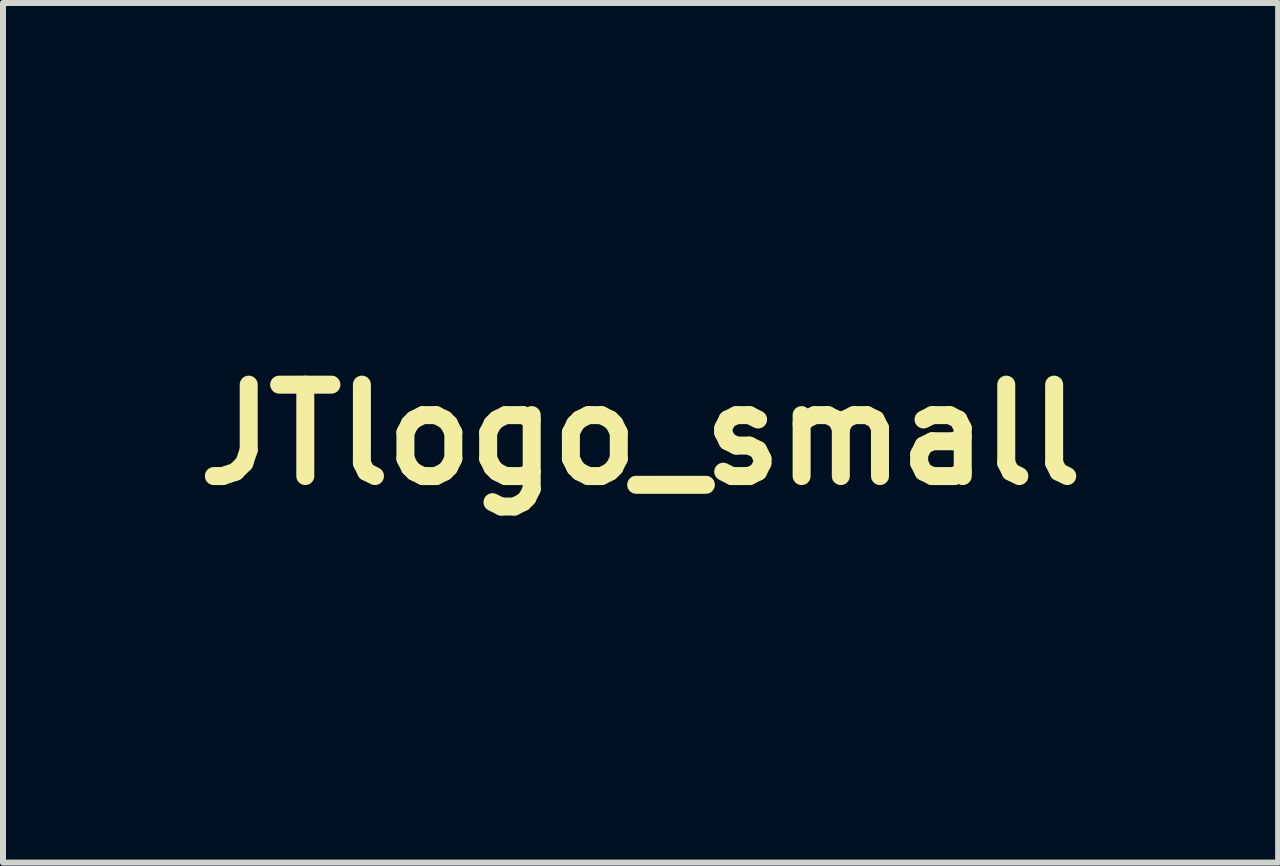
<source format=kicad_pcb>
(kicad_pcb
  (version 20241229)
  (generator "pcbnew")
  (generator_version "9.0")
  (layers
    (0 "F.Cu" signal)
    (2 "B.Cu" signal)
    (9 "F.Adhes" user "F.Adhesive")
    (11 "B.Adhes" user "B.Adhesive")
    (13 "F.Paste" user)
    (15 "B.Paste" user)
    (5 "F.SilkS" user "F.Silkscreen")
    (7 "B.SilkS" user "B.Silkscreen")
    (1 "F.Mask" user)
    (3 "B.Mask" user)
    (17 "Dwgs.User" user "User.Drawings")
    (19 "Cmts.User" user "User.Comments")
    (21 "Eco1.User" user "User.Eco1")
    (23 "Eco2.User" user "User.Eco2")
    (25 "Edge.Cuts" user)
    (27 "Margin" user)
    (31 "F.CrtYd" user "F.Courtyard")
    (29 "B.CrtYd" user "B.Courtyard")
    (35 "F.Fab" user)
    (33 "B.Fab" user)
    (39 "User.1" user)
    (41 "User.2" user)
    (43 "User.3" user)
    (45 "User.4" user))
  (footprint "JTlogo_small"
    (layer "F.Cu")
    (at 7.627 4.196)
    (property "Reference" "JTlogo_small" (at 0 0 0) (layer "F.SilkS") (effects (font (size 1.524 1.524) (thickness 0.3))))
    (attr through_hole)
    (fp_poly (pts (xy 7.283 -2.264) (xy 7.333 -2.26) (xy 7.356 -2.251) (xy 7.36 -2.236) (xy 7.358 -2.228) (xy 7.347 -2.187) (xy 7.327 -2.114) (xy 7.3 -2.011) (xy 7.266 -1.886) (xy 7.227 -1.742) (xy 7.185 -1.584) (xy 7.141 -1.417) (xy 7.095 -1.247) (xy 7.05 -1.079) (xy 7.007 -0.916) (xy 6.967 -0.765) (xy 6.931 -0.63) (xy 6.901 -0.515) (xy 6.878 -0.427) (xy 6.863 -0.371) (xy 6.858 -0.35) (xy 6.837 -0.347) (xy 6.779 -0.346) (xy 6.685 -0.344) (xy 6.561 -0.342) (xy 6.41 -0.341) (xy 6.237 -0.34) (xy 6.044 -0.339) (xy 5.837 -0.339) (xy 5.747 -0.339) (xy 5.534 -0.339) (xy 5.335 -0.338) (xy 5.153 -0.337) (xy 4.993 -0.336) (xy 4.857 -0.335) (xy 4.75 -0.334) (xy 4.676 -0.332) (xy 4.639 -0.33) (xy 4.636 -0.33) (xy 4.63 -0.308) (xy 4.615 -0.249) (xy 4.589 -0.154) (xy 4.555 -0.026) (xy 4.513 0.133) (xy 4.464 0.319) (xy 4.407 0.53) (xy 4.345 0.763) (xy 4.278 1.016) (xy 4.205 1.287) (xy 4.129 1.571) (xy 4.05 1.868) (xy 4.043 1.894) (xy 3.963 2.192) (xy 3.887 2.478) (xy 3.814 2.749) (xy 3.746 3.004) (xy 3.683 3.239) (xy 3.627 3.453) (xy 3.576 3.641) (xy 3.534 3.802) (xy 3.499 3.933) (xy 3.473 4.031) (xy 3.456 4.093) (xy 3.45 4.118) (xy 3.45 4.118) (xy 3.43 4.12) (xy 3.371 4.122) (xy 3.279 4.124) (xy 3.156 4.125) (xy 3.009 4.126) (xy 2.839 4.127) (xy 2.653 4.127) (xy 2.487 4.128) (xy 2.29 4.127) (xy 2.106 4.127) (xy 1.94 4.126) (xy 1.796 4.125) (xy 1.678 4.124) (xy 1.591 4.123) (xy 1.538 4.121) (xy 1.524 4.12) (xy 1.53 4.097) (xy 1.544 4.052) (xy 1.544 4.051) (xy 1.563 3.99) (xy 1.583 3.916) (xy 1.587 3.9) (xy 1.61 3.81) (xy 2.403 3.81) (xy 2.582 3.81) (xy 2.746 3.809) (xy 2.892 3.807) (xy 3.014 3.806) (xy 3.109 3.804) (xy 3.171 3.801) (xy 3.196 3.798) (xy 3.196 3.798) (xy 3.201 3.777) (xy 3.217 3.718) (xy 3.242 3.625) (xy 3.275 3.5) (xy 3.315 3.348) (xy 3.362 3.171) (xy 3.415 2.973) (xy 3.473 2.756) (xy 3.534 2.525) (xy 3.599 2.282) (xy 3.666 2.031) (xy 3.735 1.774) (xy 3.804 1.516) (xy 3.872 1.259) (xy 3.94 1.006) (xy 4.005 0.761) (xy 4.068 0.528) (xy 4.127 0.309) (xy 4.181 0.107) (xy 4.229 -0.074) (xy 4.271 -0.23) (xy 4.306 -0.36) (xy 4.333 -0.458) (xy 4.35 -0.523) (xy 4.353 -0.534) (xy 4.387 -0.656) (xy 6.602 -0.656) (xy 6.623 -0.736) (xy 6.634 -0.774) (xy 6.654 -0.849) (xy 6.682 -0.953) (xy 6.716 -1.083) (xy 6.756 -1.232) (xy 6.8 -1.395) (xy 6.836 -1.529) (xy 6.881 -1.696) (xy 6.922 -1.85) (xy 6.958 -1.985) (xy 6.987 -2.098) (xy 7.01 -2.184) (xy 7.023 -2.237) (xy 7.027 -2.254) (xy 7.047 -2.259) (xy 7.099 -2.263) (xy 7.173 -2.265) (xy 7.198 -2.265) (xy 7.283 -2.264)) (stroke (width 0.01) (type solid)) (fill no) (layer "Eco2.User"))
    (fp_poly (pts (xy 0.121 -4.191) (xy 0.317 -4.19) (xy 0.476 -4.189) (xy 0.602 -4.187) (xy 0.698 -4.184) (xy 0.767 -4.181) (xy 0.812 -4.176) (xy 0.835 -4.171) (xy 0.841 -4.164) (xy 0.841 -4.164) (xy 0.833 -4.136) (xy 0.815 -4.075) (xy 0.791 -3.985) (xy 0.761 -3.874) (xy 0.727 -3.747) (xy 0.69 -3.611) (xy 0.653 -3.472) (xy 0.617 -3.335) (xy 0.584 -3.208) (xy 0.554 -3.096) (xy 0.531 -3.006) (xy 0.515 -2.943) (xy 0.508 -2.913) (xy 0.508 -2.912) (xy 0.527 -2.906) (xy 0.579 -2.903) (xy 0.654 -2.903) (xy 0.681 -2.904) (xy 0.853 -2.91) (xy 0.89 -3.048) (xy 0.915 -3.138) (xy 0.944 -3.247) (xy 0.972 -3.352) (xy 0.974 -3.36) (xy 1.021 -3.535) (xy 1.189 -3.535) (xy 1.273 -3.534) (xy 1.322 -3.53) (xy 1.345 -3.521) (xy 1.348 -3.505) (xy 1.346 -3.498) (xy 1.337 -3.464) (xy 1.319 -3.398) (xy 1.296 -3.31) (xy 1.269 -3.21) (xy 1.269 -3.208) (xy 1.242 -3.108) (xy 1.219 -3.022) (xy 1.201 -2.959) (xy 1.191 -2.928) (xy 1.191 -2.927) (xy 1.196 -2.923) (xy 1.216 -2.92) (xy 1.253 -2.916) (xy 1.308 -2.913) (xy 1.383 -2.911) (xy 1.48 -2.908) (xy 1.601 -2.906) (xy 1.748 -2.904) (xy 1.923 -2.902) (xy 2.128 -2.901) (xy 2.364 -2.9) (xy 2.633 -2.898) (xy 2.937 -2.897) (xy 3.279 -2.896) (xy 3.659 -2.895) (xy 4.015 -2.895) (xy 6.849 -2.889) (xy 6.596 -1.942) (xy 6.343 -0.995) (xy 5.237 -0.995) (xy 4.982 -0.995) (xy 4.766 -0.994) (xy 4.587 -0.993) (xy 4.441 -0.991) (xy 4.327 -0.989) (xy 4.241 -0.985) (xy 4.181 -0.981) (xy 4.143 -0.977) (xy 4.125 -0.971) (xy 4.123 -0.968) (xy 4.116 -0.945) (xy 4.099 -0.883) (xy 4.073 -0.785) (xy 4.038 -0.655) (xy 3.995 -0.495) (xy 3.945 -0.307) (xy 3.888 -0.094) (xy 3.825 0.142) (xy 3.757 0.396) (xy 3.684 0.668) (xy 3.608 0.953) (xy 3.529 1.251) (xy 3.523 1.275) (xy 2.932 3.492) (xy 1.974 3.492) (xy 1.732 3.492) (xy 1.53 3.491) (xy 1.366 3.49) (xy 1.236 3.487) (xy 1.139 3.484) (xy 1.071 3.48) (xy 1.031 3.475) (xy 1.016 3.469) (xy 1.016 3.468) (xy 1.021 3.445) (xy 1.037 3.385) (xy 1.061 3.291) (xy 1.094 3.166) (xy 1.134 3.015) (xy 1.18 2.84) (xy 1.232 2.645) (xy 1.288 2.434) (xy 1.348 2.211) (xy 1.41 1.977) (xy 1.474 1.738) (xy 1.538 1.497) (xy 1.602 1.257) (xy 1.665 1.022) (xy 1.726 0.794) (xy 1.784 0.579) (xy 1.838 0.378) (xy 1.887 0.196) (xy 1.93 0.037) (xy 1.967 -0.097) (xy 1.995 -0.202) (xy 2.015 -0.274) (xy 2.026 -0.31) (xy 2.027 -0.312) (xy 2.021 -0.32) (xy 1.998 -0.325) (xy 1.953 -0.33) (xy 1.882 -0.333) (xy 1.783 -0.334) (xy 1.652 -0.335) (xy 1.486 -0.335) (xy 1.28 -0.334) (xy 1.267 -0.334) (xy 0.498 -0.328) (xy 0.222 0.699) (xy 0.166 0.906) (xy 0.111 1.107) (xy 0.058 1.295) (xy 0.009 1.467) (xy -0.035 1.617) (xy -0.072 1.741) (xy -0.101 1.834) (xy -0.121 1.892) (xy -0.123 1.894) (xy -0.283 2.234) (xy -0.48 2.554) (xy -0.709 2.853) (xy -0.968 3.128) (xy -1.255 3.376) (xy -1.565 3.595) (xy -1.896 3.782) (xy -2.244 3.935) (xy -2.608 4.052) (xy -2.709 4.077) (xy -2.752 4.085) (xy -2.801 4.093) (xy -2.859 4.099) (xy -2.931 4.104) (xy -3.022 4.108) (xy -3.135 4.111) (xy -3.274 4.114) (xy -3.443 4.116) (xy -3.646 4.118) (xy -3.873 4.119) (xy -4.128 4.12) (xy -4.343 4.121) (xy -4.523 4.12) (xy -4.671 4.118) (xy -4.79 4.116) (xy -4.885 4.112) (xy -4.958 4.106) (xy -5.013 4.1) (xy -5.03 4.097) (xy -5.307 4.027) (xy -5.575 3.924) (xy -5.773 3.822) (xy -5.861 3.763) (xy -5.964 3.681) (xy -6.073 3.585) (xy -6.175 3.487) (xy -6.261 3.395) (xy -6.291 3.359) (xy -6.36 3.27) (xy -6.265 3.346) (xy -6.067 3.484) (xy -5.839 3.605) (xy -5.593 3.706) (xy -5.413 3.761) (xy -5.353 3.771) (xy -5.255 3.78) (xy -5.126 3.788) (xy -4.971 3.795) (xy -4.795 3.8) (xy -4.604 3.805) (xy -4.403 3.808) (xy -4.198 3.809) (xy -3.994 3.809) (xy -3.795 3.808) (xy -3.609 3.805) (xy -3.44 3.801) (xy -3.294 3.795) (xy -3.175 3.788) (xy -3.09 3.779) (xy -3.08 3.778) (xy -2.734 3.699) (xy -2.396 3.581) (xy -2.067 3.427) (xy -1.753 3.238) (xy -1.457 3.019) (xy -1.181 2.771) (xy -0.931 2.498) (xy -0.71 2.202) (xy -0.521 1.886) (xy -0.488 1.821) (xy -0.454 1.753) (xy -0.424 1.69) (xy -0.396 1.627) (xy -0.37 1.561) (xy -0.343 1.487) (xy -0.314 1.402) (xy -0.283 1.302) (xy -0.248 1.182) (xy -0.208 1.038) (xy -0.16 0.867) (xy -0.105 0.664) (xy -0.041 0.425) (xy -0.022 0.355) (xy 0.246 -0.646) (xy 1.18 -0.651) (xy 2.114 -0.657) (xy 2.146 -0.768) (xy 2.167 -0.843) (xy 2.185 -0.91) (xy 2.192 -0.937) (xy 2.206 -0.995) (xy 1.104 -0.995) (xy 0.89 -0.994) (xy 0.69 -0.993) (xy 0.507 -0.992) (xy 0.346 -0.99) (xy 0.21 -0.987) (xy 0.103 -0.984) (xy 0.03 -0.981) (xy -0.006 -0.977) (xy -0.009 -0.976) (xy -0.017 -0.953) (xy -0.034 -0.892) (xy -0.06 -0.799) (xy -0.094 -0.677) (xy -0.134 -0.53) (xy -0.179 -0.362) (xy -0.229 -0.178) (xy -0.282 0.019) (xy -0.286 0.034) (xy -0.354 0.286) (xy -0.412 0.501) (xy -0.462 0.684) (xy -0.505 0.838) (xy -0.543 0.967) (xy -0.577 1.076) (xy -0.608 1.168) (xy -0.638 1.249) (xy -0.667 1.321) (xy -0.697 1.39) (xy -0.73 1.459) (xy -0.755 1.509) (xy -0.888 1.753) (xy -1.035 1.976) (xy -1.203 2.19) (xy -1.4 2.404) (xy -1.506 2.509) (xy -1.785 2.751) (xy -2.086 2.963) (xy -2.404 3.142) (xy -2.734 3.287) (xy -3.072 3.396) (xy -3.413 3.464) (xy -3.471 3.472) (xy -3.561 3.479) (xy -3.692 3.485) (xy -3.866 3.488) (xy -4.081 3.49) (xy -4.338 3.489) (xy -4.593 3.488) (xy -4.816 3.485) (xy -5.001 3.483) (xy -5.152 3.481) (xy -5.275 3.478) (xy -5.373 3.475) (xy -5.451 3.471) (xy -5.514 3.466) (xy -5.565 3.459) (xy -5.61 3.451) (xy -5.653 3.441) (xy -5.693 3.43) (xy -5.988 3.331) (xy -6.254 3.201) (xy -6.49 3.042) (xy -6.696 2.853) (xy -6.872 2.635) (xy -7.016 2.389) (xy -7.039 2.34) (xy -7.124 2.124) (xy -7.184 1.894) (xy -7.22 1.648) (xy -7.23 1.511) (xy -7.231 1.374) (xy -7.221 1.23) (xy -7.199 1.074) (xy -7.166 0.899) (xy -7.119 0.699) (xy -7.059 0.468) (xy -7.032 0.37) (xy -7.014 0.307) (xy -6.047 0.301) (xy -5.812 0.3) (xy -5.617 0.3) (xy -5.457 0.3) (xy -5.331 0.301) (xy -5.234 0.304) (xy -5.165 0.307) (xy -5.12 0.311) (xy -5.096 0.316) (xy -5.091 0.322) (xy -5.091 0.323) (xy -5.099 0.352) (xy -5.117 0.414) (xy -5.14 0.5) (xy -5.168 0.603) (xy -5.177 0.635) (xy -5.221 0.82) (xy -5.245 0.973) (xy -5.249 1.101) (xy -5.233 1.209) (xy -5.197 1.304) (xy -5.175 1.342) (xy -5.127 1.407) (xy -5.073 1.463) (xy -5.046 1.483) (xy -4.98 1.524) (xy -4.99 1.421) (xy -4.991 1.325) (xy -4.975 1.207) (xy -4.943 1.059) (xy -4.93 1.011) (xy -4.909 0.931) (xy -4.739 0.931) (xy -4.655 0.932) (xy -4.605 0.936) (xy -4.582 0.945) (xy -4.578 0.961) (xy -4.58 0.968) (xy -4.589 1.002) (xy -4.607 1.068) (xy -4.63 1.156) (xy -4.656 1.257) (xy -4.657 1.259) (xy -4.683 1.36) (xy -4.706 1.449) (xy -4.724 1.515) (xy -4.733 1.55) (xy -4.734 1.55) (xy -4.734 1.561) (xy -4.727 1.569) (xy -4.708 1.575) (xy -4.672 1.58) (xy -4.615 1.583) (xy -4.533 1.586) (xy -4.422 1.587) (xy -4.278 1.587) (xy -4.096 1.587) (xy -4.08 1.587) (xy -3.874 1.587) (xy -3.704 1.585) (xy -3.566 1.582) (xy -3.453 1.576) (xy -3.361 1.566) (xy -3.283 1.552) (xy -3.214 1.532) (xy -3.148 1.508) (xy -3.081 1.476) (xy -3.018 1.444) (xy -2.876 1.354) (xy -2.729 1.228) (xy -2.708 1.206) (xy -2.637 1.132) (xy -2.576 1.06) (xy -2.524 0.984) (xy -2.477 0.898) (xy -2.432 0.797) (xy -2.388 0.674) (xy -2.342 0.526) (xy -2.291 0.345) (xy -2.255 0.21) (xy -2.217 0.068) (xy -2.184 -0.06) (xy -2.155 -0.17) (xy -2.134 -0.254) (xy -2.12 -0.307) (xy -2.117 -0.325) (xy -2.137 -0.33) (xy -2.191 -0.334) (xy -2.273 -0.337) (xy -2.373 -0.339) (xy -2.405 -0.339) (xy -2.693 -0.339) (xy -2.681 -0.386) (xy -2.669 -0.434) (xy -2.652 -0.504) (xy -2.643 -0.544) (xy -2.618 -0.655) (xy -2.022 -0.667) (xy -1.986 -0.794) (xy -1.969 -0.851) (xy -1.956 -0.896) (xy -1.951 -0.93) (xy -1.958 -0.956) (xy -1.981 -0.974) (xy -2.024 -0.986) (xy -2.091 -0.993) (xy -2.186 -0.996) (xy -2.313 -0.998) (xy -2.477 -0.999) (xy -2.58 -1) (xy -3.212 -1.005) (xy -3.101 -1.418) (xy -3.062 -1.562) (xy -3.015 -1.735) (xy -2.965 -1.923) (xy -2.913 -2.115) (xy -2.864 -2.297) (xy -2.846 -2.365) (xy -2.702 -2.9) (xy -2.06 -2.9) (xy -1.9 -2.9) (xy -1.755 -2.901) (xy -1.629 -2.902) (xy -1.528 -2.904) (xy -1.457 -2.906) (xy -1.421 -2.908) (xy -1.418 -2.909) (xy -1.413 -2.931) (xy -1.398 -2.988) (xy -1.375 -3.076) (xy -1.345 -3.188) (xy -1.31 -3.32) (xy -1.271 -3.466) (xy -1.269 -3.475) (xy -1.229 -3.626) (xy -1.191 -3.768) (xy -1.157 -3.894) (xy -1.13 -3.997) (xy -1.11 -4.072) (xy -1.099 -4.112) (xy -1.078 -4.191) (xy -0.113 -4.191) (xy 0.121 -4.191)) (stroke (width 0.01) (type solid)) (fill no) (layer "Eco2.User")))
  (gr_rect
    (start -3 -3)
    (end 18.255 11.329)
    (stroke (width 0.1) (type default))
    (fill no)
    (layer "Edge.Cuts")))
</source>
